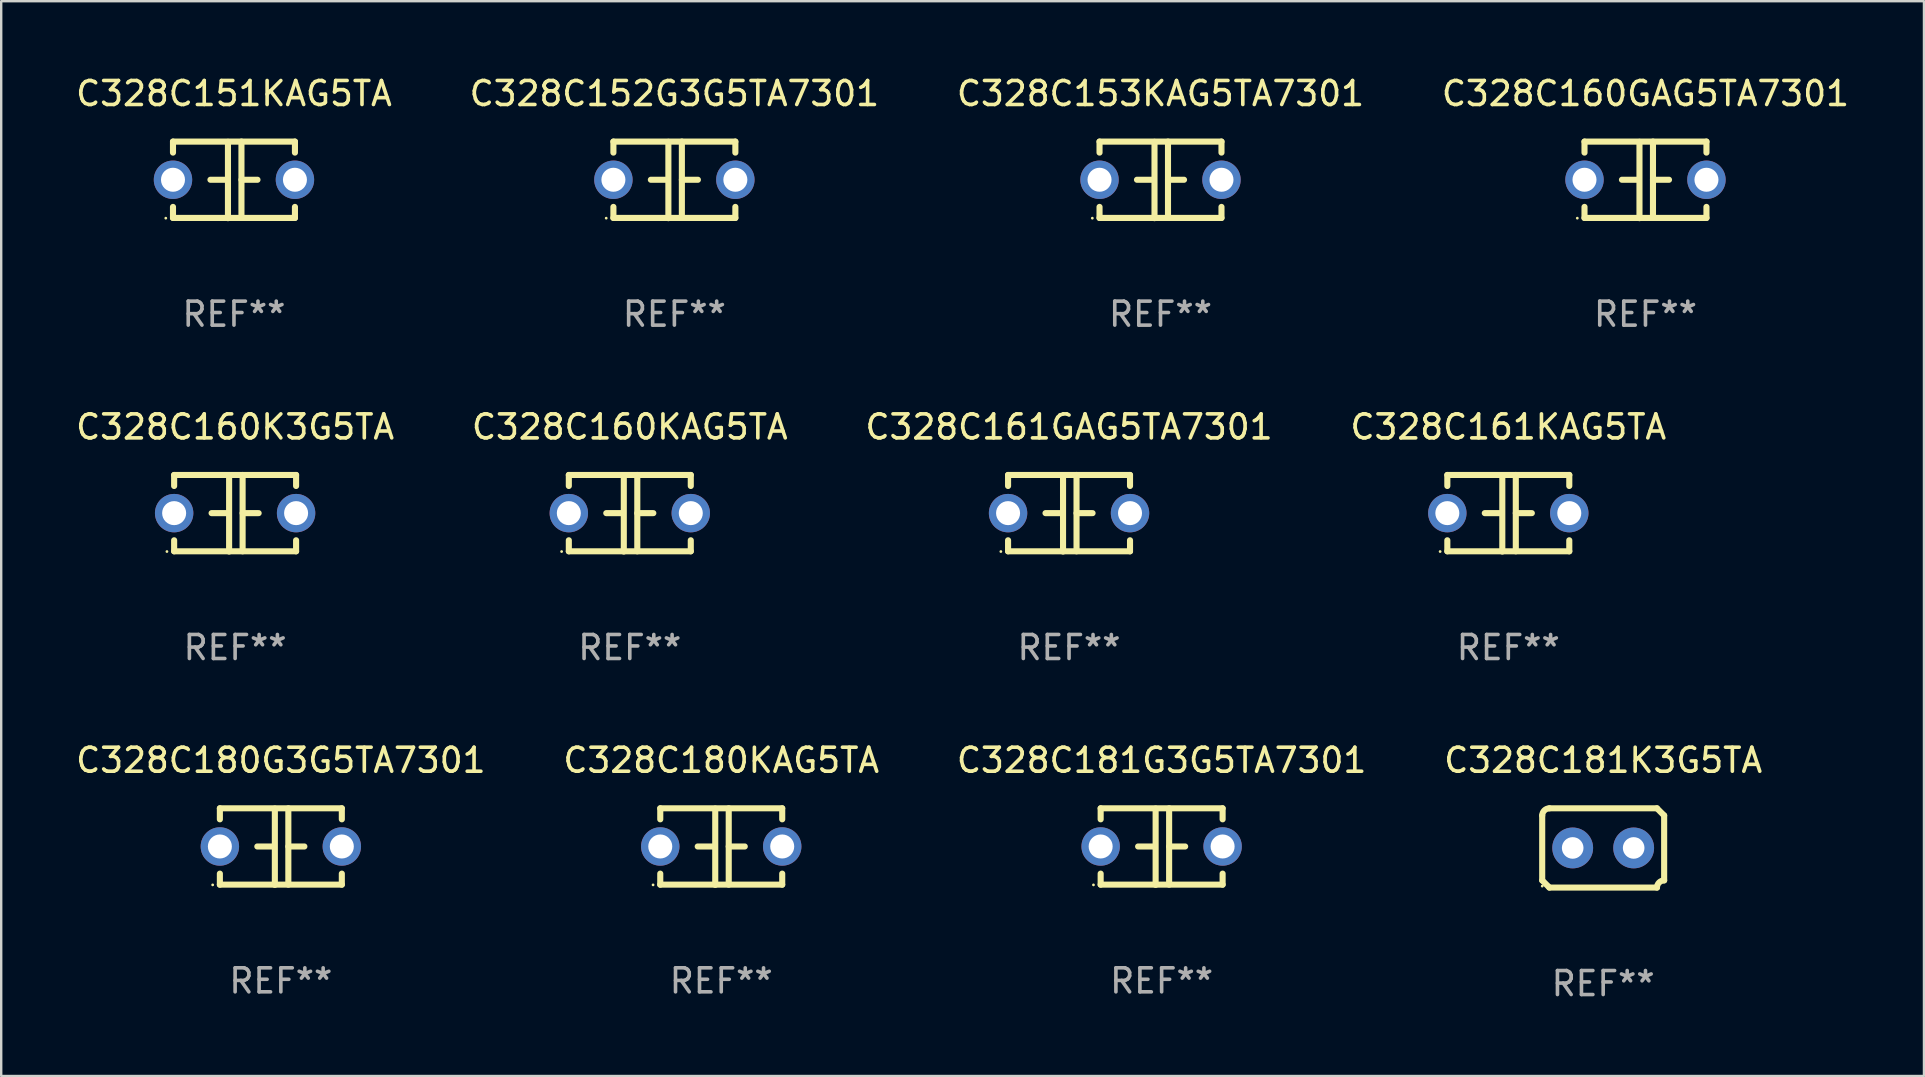
<source format=kicad_pcb>
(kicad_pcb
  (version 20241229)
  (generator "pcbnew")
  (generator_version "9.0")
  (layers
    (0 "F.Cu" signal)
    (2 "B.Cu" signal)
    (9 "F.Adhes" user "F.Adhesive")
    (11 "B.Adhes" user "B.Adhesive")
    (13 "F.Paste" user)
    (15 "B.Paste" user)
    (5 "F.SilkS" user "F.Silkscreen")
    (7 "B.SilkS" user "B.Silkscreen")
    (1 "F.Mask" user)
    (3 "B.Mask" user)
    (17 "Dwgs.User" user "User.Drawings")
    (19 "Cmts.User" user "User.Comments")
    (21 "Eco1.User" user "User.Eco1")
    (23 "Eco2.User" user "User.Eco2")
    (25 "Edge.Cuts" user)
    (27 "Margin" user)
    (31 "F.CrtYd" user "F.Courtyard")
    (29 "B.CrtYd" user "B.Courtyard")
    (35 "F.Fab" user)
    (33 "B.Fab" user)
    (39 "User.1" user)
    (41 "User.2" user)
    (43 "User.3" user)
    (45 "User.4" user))
  (footprint "C328C160KAG5TA"
    (layer "F.Cu")
    (at 23.185 18.33)
    (property "Reference" "C328C160KAG5TA" (at 0 -3.595 0) (layer "F.SilkS") (effects (font (size 1 1) (thickness 0.15))))
    (attr through_hole)
    (fp_line (start -2.54 -1.595) (end -2.54 -1.136) (stroke (width 0.254) (type solid)) (layer "F.SilkS"))
    (fp_line (start -2.54 -1.595) (end 2.54 -1.595) (stroke (width 0.254) (type solid)) (layer "F.SilkS"))
    (fp_line (start -2.54 1.126) (end -2.54 1.585) (stroke (width 0.254) (type solid)) (layer "F.SilkS"))
    (fp_line (start -0.312 -0.005) (end -0.98 -0.005) (stroke (width 0.254) (type solid)) (layer "F.SilkS"))
    (fp_line (start -0.25 -1.585) (end -0.25 1.595) (stroke (width 0.254) (type solid)) (layer "F.SilkS"))
    (fp_line (start 0.312 -1.595) (end 0.312 1.585) (stroke (width 0.254) (type solid)) (layer "F.SilkS"))
    (fp_line (start 0.312 -0.005) (end 0.98 -0.005) (stroke (width 0.254) (type solid)) (layer "F.SilkS"))
    (fp_line (start 2.54 -1.595) (end 2.54 -1.136) (stroke (width 0.254) (type solid)) (layer "F.SilkS"))
    (fp_line (start 2.54 1.126) (end 2.54 1.585) (stroke (width 0.254) (type solid)) (layer "F.SilkS"))
    (fp_line (start 2.54 1.585) (end -2.54 1.585) (stroke (width 0.254) (type solid)) (layer "F.SilkS"))
    (fp_circle (center -2.84 1.595) (end -2.81 1.595) (stroke (width 0.06) (type solid)) (fill no) (layer "F.SilkS"))
    (fp_text user "REF**" (at 0 5.595 0) (layer "F.Fab") (effects (font (size 1 1) (thickness 0.15))))
    (pad "1" thru_hole circle (at -2.54 -0.005) (size 1.6 1.6) (drill 1) (layers "*.Cu" "*.Mask"))
    (pad "2" thru_hole circle (at 2.54 -0.005) (size 1.6 1.6) (drill 1) (layers "*.Cu" "*.Mask")))
  (footprint "C328C180G3G5TA7301"
    (layer "F.Cu")
    (at 8.649 32.216)
    (property "Reference" "C328C180G3G5TA7301" (at 0 -3.595 0) (layer "F.SilkS") (effects (font (size 1 1) (thickness 0.15))))
    (attr through_hole)
    (fp_line (start -2.54 -1.595) (end -2.54 -1.136) (stroke (width 0.254) (type solid)) (layer "F.SilkS"))
    (fp_line (start -2.54 -1.595) (end 2.54 -1.595) (stroke (width 0.254) (type solid)) (layer "F.SilkS"))
    (fp_line (start -2.54 1.126) (end -2.54 1.585) (stroke (width 0.254) (type solid)) (layer "F.SilkS"))
    (fp_line (start -0.312 -0.005) (end -0.98 -0.005) (stroke (width 0.254) (type solid)) (layer "F.SilkS"))
    (fp_line (start -0.25 -1.585) (end -0.25 1.595) (stroke (width 0.254) (type solid)) (layer "F.SilkS"))
    (fp_line (start 0.312 -1.595) (end 0.312 1.585) (stroke (width 0.254) (type solid)) (layer "F.SilkS"))
    (fp_line (start 0.312 -0.005) (end 0.98 -0.005) (stroke (width 0.254) (type solid)) (layer "F.SilkS"))
    (fp_line (start 2.54 -1.595) (end 2.54 -1.136) (stroke (width 0.254) (type solid)) (layer "F.SilkS"))
    (fp_line (start 2.54 1.126) (end 2.54 1.585) (stroke (width 0.254) (type solid)) (layer "F.SilkS"))
    (fp_line (start 2.54 1.585) (end -2.54 1.585) (stroke (width 0.254) (type solid)) (layer "F.SilkS"))
    (fp_circle (center -2.84 1.595) (end -2.81 1.595) (stroke (width 0.06) (type solid)) (fill no) (layer "F.SilkS"))
    (fp_text user "REF**" (at 0 5.595 0) (layer "F.Fab") (effects (font (size 1 1) (thickness 0.15))))
    (pad "1" thru_hole circle (at -2.54 -0.005) (size 1.6 1.6) (drill 1) (layers "*.Cu" "*.Mask"))
    (pad "2" thru_hole circle (at 2.54 -0.005) (size 1.6 1.6) (drill 1) (layers "*.Cu" "*.Mask")))
  (footprint "C328C160GAG5TA7301"
    (layer "F.Cu")
    (at 65.494 4.443)
    (property "Reference" "C328C160GAG5TA7301" (at 0 -3.595 0) (layer "F.SilkS") (effects (font (size 1 1) (thickness 0.15))))
    (attr through_hole)
    (fp_line (start -2.54 -1.595) (end -2.54 -1.136) (stroke (width 0.254) (type solid)) (layer "F.SilkS"))
    (fp_line (start -2.54 -1.595) (end 2.54 -1.595) (stroke (width 0.254) (type solid)) (layer "F.SilkS"))
    (fp_line (start -2.54 1.126) (end -2.54 1.585) (stroke (width 0.254) (type solid)) (layer "F.SilkS"))
    (fp_line (start -0.312 -0.005) (end -0.98 -0.005) (stroke (width 0.254) (type solid)) (layer "F.SilkS"))
    (fp_line (start -0.25 -1.585) (end -0.25 1.595) (stroke (width 0.254) (type solid)) (layer "F.SilkS"))
    (fp_line (start 0.312 -1.595) (end 0.312 1.585) (stroke (width 0.254) (type solid)) (layer "F.SilkS"))
    (fp_line (start 0.312 -0.005) (end 0.98 -0.005) (stroke (width 0.254) (type solid)) (layer "F.SilkS"))
    (fp_line (start 2.54 -1.595) (end 2.54 -1.136) (stroke (width 0.254) (type solid)) (layer "F.SilkS"))
    (fp_line (start 2.54 1.126) (end 2.54 1.585) (stroke (width 0.254) (type solid)) (layer "F.SilkS"))
    (fp_line (start 2.54 1.585) (end -2.54 1.585) (stroke (width 0.254) (type solid)) (layer "F.SilkS"))
    (fp_circle (center -2.84 1.595) (end -2.81 1.595) (stroke (width 0.06) (type solid)) (fill no) (layer "F.SilkS"))
    (fp_text user "REF**" (at 0 5.595 0) (layer "F.Fab") (effects (font (size 1 1) (thickness 0.15))))
    (pad "1" thru_hole circle (at -2.54 -0.005) (size 1.6 1.6) (drill 1) (layers "*.Cu" "*.Mask"))
    (pad "2" thru_hole circle (at 2.54 -0.005) (size 1.6 1.6) (drill 1) (layers "*.Cu" "*.Mask")))
  (footprint "C328C180KAG5TA"
    (layer "F.Cu")
    (at 26.994 32.216)
    (property "Reference" "C328C180KAG5TA" (at 0 -3.595 0) (layer "F.SilkS") (effects (font (size 1 1) (thickness 0.15))))
    (attr through_hole)
    (fp_line (start -2.54 -1.595) (end -2.54 -1.136) (stroke (width 0.254) (type solid)) (layer "F.SilkS"))
    (fp_line (start -2.54 -1.595) (end 2.54 -1.595) (stroke (width 0.254) (type solid)) (layer "F.SilkS"))
    (fp_line (start -2.54 1.126) (end -2.54 1.585) (stroke (width 0.254) (type solid)) (layer "F.SilkS"))
    (fp_line (start -0.312 -0.005) (end -0.98 -0.005) (stroke (width 0.254) (type solid)) (layer "F.SilkS"))
    (fp_line (start -0.25 -1.585) (end -0.25 1.595) (stroke (width 0.254) (type solid)) (layer "F.SilkS"))
    (fp_line (start 0.312 -1.595) (end 0.312 1.585) (stroke (width 0.254) (type solid)) (layer "F.SilkS"))
    (fp_line (start 0.312 -0.005) (end 0.98 -0.005) (stroke (width 0.254) (type solid)) (layer "F.SilkS"))
    (fp_line (start 2.54 -1.595) (end 2.54 -1.136) (stroke (width 0.254) (type solid)) (layer "F.SilkS"))
    (fp_line (start 2.54 1.126) (end 2.54 1.585) (stroke (width 0.254) (type solid)) (layer "F.SilkS"))
    (fp_line (start 2.54 1.585) (end -2.54 1.585) (stroke (width 0.254) (type solid)) (layer "F.SilkS"))
    (fp_circle (center -2.84 1.595) (end -2.81 1.595) (stroke (width 0.06) (type solid)) (fill no) (layer "F.SilkS"))
    (fp_text user "REF**" (at 0 5.595 0) (layer "F.Fab") (effects (font (size 1 1) (thickness 0.15))))
    (pad "1" thru_hole circle (at -2.54 -0.005) (size 1.6 1.6) (drill 1) (layers "*.Cu" "*.Mask"))
    (pad "2" thru_hole circle (at 2.54 -0.005) (size 1.6 1.6) (drill 1) (layers "*.Cu" "*.Mask")))
  (footprint "C328C181G3G5TA7301"
    (layer "F.Cu")
    (at 45.339 32.216)
    (property "Reference" "C328C181G3G5TA7301" (at 0 -3.595 0) (layer "F.SilkS") (effects (font (size 1 1) (thickness 0.15))))
    (attr through_hole)
    (fp_line (start -2.54 -1.595) (end -2.54 -1.136) (stroke (width 0.254) (type solid)) (layer "F.SilkS"))
    (fp_line (start -2.54 -1.595) (end 2.54 -1.595) (stroke (width 0.254) (type solid)) (layer "F.SilkS"))
    (fp_line (start -2.54 1.126) (end -2.54 1.585) (stroke (width 0.254) (type solid)) (layer "F.SilkS"))
    (fp_line (start -0.312 -0.005) (end -0.98 -0.005) (stroke (width 0.254) (type solid)) (layer "F.SilkS"))
    (fp_line (start -0.25 -1.585) (end -0.25 1.595) (stroke (width 0.254) (type solid)) (layer "F.SilkS"))
    (fp_line (start 0.312 -1.595) (end 0.312 1.585) (stroke (width 0.254) (type solid)) (layer "F.SilkS"))
    (fp_line (start 0.312 -0.005) (end 0.98 -0.005) (stroke (width 0.254) (type solid)) (layer "F.SilkS"))
    (fp_line (start 2.54 -1.595) (end 2.54 -1.136) (stroke (width 0.254) (type solid)) (layer "F.SilkS"))
    (fp_line (start 2.54 1.126) (end 2.54 1.585) (stroke (width 0.254) (type solid)) (layer "F.SilkS"))
    (fp_line (start 2.54 1.585) (end -2.54 1.585) (stroke (width 0.254) (type solid)) (layer "F.SilkS"))
    (fp_circle (center -2.84 1.595) (end -2.81 1.595) (stroke (width 0.06) (type solid)) (fill no) (layer "F.SilkS"))
    (fp_text user "REF**" (at 0 5.595 0) (layer "F.Fab") (effects (font (size 1 1) (thickness 0.15))))
    (pad "1" thru_hole circle (at -2.54 -0.005) (size 1.6 1.6) (drill 1) (layers "*.Cu" "*.Mask"))
    (pad "2" thru_hole circle (at 2.54 -0.005) (size 1.6 1.6) (drill 1) (layers "*.Cu" "*.Mask")))
  (footprint "C328C160K3G5TA"
    (layer "F.Cu")
    (at 6.744 18.33)
    (property "Reference" "C328C160K3G5TA" (at 0 -3.595 0) (layer "F.SilkS") (effects (font (size 1 1) (thickness 0.15))))
    (attr through_hole)
    (fp_line (start -2.54 -1.595) (end -2.54 -1.136) (stroke (width 0.254) (type solid)) (layer "F.SilkS"))
    (fp_line (start -2.54 -1.595) (end 2.54 -1.595) (stroke (width 0.254) (type solid)) (layer "F.SilkS"))
    (fp_line (start -2.54 1.126) (end -2.54 1.585) (stroke (width 0.254) (type solid)) (layer "F.SilkS"))
    (fp_line (start -0.312 -0.005) (end -0.98 -0.005) (stroke (width 0.254) (type solid)) (layer "F.SilkS"))
    (fp_line (start -0.25 -1.585) (end -0.25 1.595) (stroke (width 0.254) (type solid)) (layer "F.SilkS"))
    (fp_line (start 0.312 -1.595) (end 0.312 1.585) (stroke (width 0.254) (type solid)) (layer "F.SilkS"))
    (fp_line (start 0.312 -0.005) (end 0.98 -0.005) (stroke (width 0.254) (type solid)) (layer "F.SilkS"))
    (fp_line (start 2.54 -1.595) (end 2.54 -1.136) (stroke (width 0.254) (type solid)) (layer "F.SilkS"))
    (fp_line (start 2.54 1.126) (end 2.54 1.585) (stroke (width 0.254) (type solid)) (layer "F.SilkS"))
    (fp_line (start 2.54 1.585) (end -2.54 1.585) (stroke (width 0.254) (type solid)) (layer "F.SilkS"))
    (fp_circle (center -2.84 1.595) (end -2.81 1.595) (stroke (width 0.06) (type solid)) (fill no) (layer "F.SilkS"))
    (fp_text user "REF**" (at 0 5.595 0) (layer "F.Fab") (effects (font (size 1 1) (thickness 0.15))))
    (pad "1" thru_hole circle (at -2.54 -0.005) (size 1.6 1.6) (drill 1) (layers "*.Cu" "*.Mask"))
    (pad "2" thru_hole circle (at 2.54 -0.005) (size 1.6 1.6) (drill 1) (layers "*.Cu" "*.Mask")))
  (footprint "C328C152G3G5TA7301"
    (layer "F.Cu")
    (at 25.042 4.443)
    (property "Reference" "C328C152G3G5TA7301" (at 0 -3.595 0) (layer "F.SilkS") (effects (font (size 1 1) (thickness 0.15))))
    (attr through_hole)
    (fp_line (start -2.54 -1.595) (end -2.54 -1.136) (stroke (width 0.254) (type solid)) (layer "F.SilkS"))
    (fp_line (start -2.54 -1.595) (end 2.54 -1.595) (stroke (width 0.254) (type solid)) (layer "F.SilkS"))
    (fp_line (start -2.54 1.126) (end -2.54 1.585) (stroke (width 0.254) (type solid)) (layer "F.SilkS"))
    (fp_line (start -0.312 -0.005) (end -0.98 -0.005) (stroke (width 0.254) (type solid)) (layer "F.SilkS"))
    (fp_line (start -0.25 -1.585) (end -0.25 1.595) (stroke (width 0.254) (type solid)) (layer "F.SilkS"))
    (fp_line (start 0.312 -1.595) (end 0.312 1.585) (stroke (width 0.254) (type solid)) (layer "F.SilkS"))
    (fp_line (start 0.312 -0.005) (end 0.98 -0.005) (stroke (width 0.254) (type solid)) (layer "F.SilkS"))
    (fp_line (start 2.54 -1.595) (end 2.54 -1.136) (stroke (width 0.254) (type solid)) (layer "F.SilkS"))
    (fp_line (start 2.54 1.126) (end 2.54 1.585) (stroke (width 0.254) (type solid)) (layer "F.SilkS"))
    (fp_line (start 2.54 1.585) (end -2.54 1.585) (stroke (width 0.254) (type solid)) (layer "F.SilkS"))
    (fp_circle (center -2.84 1.595) (end -2.81 1.595) (stroke (width 0.06) (type solid)) (fill no) (layer "F.SilkS"))
    (fp_text user "REF**" (at 0 5.595 0) (layer "F.Fab") (effects (font (size 1 1) (thickness 0.15))))
    (pad "1" thru_hole circle (at -2.54 -0.005) (size 1.6 1.6) (drill 1) (layers "*.Cu" "*.Mask"))
    (pad "2" thru_hole circle (at 2.54 -0.005) (size 1.6 1.6) (drill 1) (layers "*.Cu" "*.Mask")))
  (footprint "C328C151KAG5TA"
    (layer "F.Cu")
    (at 6.696 4.443)
    (property "Reference" "C328C151KAG5TA" (at 0 -3.595 0) (layer "F.SilkS") (effects (font (size 1 1) (thickness 0.15))))
    (attr through_hole)
    (fp_line (start -2.54 -1.595) (end -2.54 -1.136) (stroke (width 0.254) (type solid)) (layer "F.SilkS"))
    (fp_line (start -2.54 -1.595) (end 2.54 -1.595) (stroke (width 0.254) (type solid)) (layer "F.SilkS"))
    (fp_line (start -2.54 1.126) (end -2.54 1.585) (stroke (width 0.254) (type solid)) (layer "F.SilkS"))
    (fp_line (start -0.312 -0.005) (end -0.98 -0.005) (stroke (width 0.254) (type solid)) (layer "F.SilkS"))
    (fp_line (start -0.25 -1.585) (end -0.25 1.595) (stroke (width 0.254) (type solid)) (layer "F.SilkS"))
    (fp_line (start 0.312 -1.595) (end 0.312 1.585) (stroke (width 0.254) (type solid)) (layer "F.SilkS"))
    (fp_line (start 0.312 -0.005) (end 0.98 -0.005) (stroke (width 0.254) (type solid)) (layer "F.SilkS"))
    (fp_line (start 2.54 -1.595) (end 2.54 -1.136) (stroke (width 0.254) (type solid)) (layer "F.SilkS"))
    (fp_line (start 2.54 1.126) (end 2.54 1.585) (stroke (width 0.254) (type solid)) (layer "F.SilkS"))
    (fp_line (start 2.54 1.585) (end -2.54 1.585) (stroke (width 0.254) (type solid)) (layer "F.SilkS"))
    (fp_circle (center -2.84 1.595) (end -2.81 1.595) (stroke (width 0.06) (type solid)) (fill no) (layer "F.SilkS"))
    (fp_text user "REF**" (at 0 5.595 0) (layer "F.Fab") (effects (font (size 1 1) (thickness 0.15))))
    (pad "1" thru_hole circle (at -2.54 -0.005) (size 1.6 1.6) (drill 1) (layers "*.Cu" "*.Mask"))
    (pad "2" thru_hole circle (at 2.54 -0.005) (size 1.6 1.6) (drill 1) (layers "*.Cu" "*.Mask")))
  (footprint "C328C153KAG5TA7301"
    (layer "F.Cu")
    (at 45.292 4.443)
    (property "Reference" "C328C153KAG5TA7301" (at 0 -3.595 0) (layer "F.SilkS") (effects (font (size 1 1) (thickness 0.15))))
    (attr through_hole)
    (fp_line (start -2.54 -1.595) (end -2.54 -1.136) (stroke (width 0.254) (type solid)) (layer "F.SilkS"))
    (fp_line (start -2.54 -1.595) (end 2.54 -1.595) (stroke (width 0.254) (type solid)) (layer "F.SilkS"))
    (fp_line (start -2.54 1.126) (end -2.54 1.585) (stroke (width 0.254) (type solid)) (layer "F.SilkS"))
    (fp_line (start -0.312 -0.005) (end -0.98 -0.005) (stroke (width 0.254) (type solid)) (layer "F.SilkS"))
    (fp_line (start -0.25 -1.585) (end -0.25 1.595) (stroke (width 0.254) (type solid)) (layer "F.SilkS"))
    (fp_line (start 0.312 -1.595) (end 0.312 1.585) (stroke (width 0.254) (type solid)) (layer "F.SilkS"))
    (fp_line (start 0.312 -0.005) (end 0.98 -0.005) (stroke (width 0.254) (type solid)) (layer "F.SilkS"))
    (fp_line (start 2.54 -1.595) (end 2.54 -1.136) (stroke (width 0.254) (type solid)) (layer "F.SilkS"))
    (fp_line (start 2.54 1.126) (end 2.54 1.585) (stroke (width 0.254) (type solid)) (layer "F.SilkS"))
    (fp_line (start 2.54 1.585) (end -2.54 1.585) (stroke (width 0.254) (type solid)) (layer "F.SilkS"))
    (fp_circle (center -2.84 1.595) (end -2.81 1.595) (stroke (width 0.06) (type solid)) (fill no) (layer "F.SilkS"))
    (fp_text user "REF**" (at 0 5.595 0) (layer "F.Fab") (effects (font (size 1 1) (thickness 0.15))))
    (pad "1" thru_hole circle (at -2.54 -0.005) (size 1.6 1.6) (drill 1) (layers "*.Cu" "*.Mask"))
    (pad "2" thru_hole circle (at 2.54 -0.005) (size 1.6 1.6) (drill 1) (layers "*.Cu" "*.Mask")))
  (footprint "C328C161KAG5TA"
    (layer "F.Cu")
    (at 59.78 18.33)
    (property "Reference" "C328C161KAG5TA" (at 0 -3.595 0) (layer "F.SilkS") (effects (font (size 1 1) (thickness 0.15))))
    (attr through_hole)
    (fp_line (start -2.54 -1.595) (end -2.54 -1.136) (stroke (width 0.254) (type solid)) (layer "F.SilkS"))
    (fp_line (start -2.54 -1.595) (end 2.54 -1.595) (stroke (width 0.254) (type solid)) (layer "F.SilkS"))
    (fp_line (start -2.54 1.126) (end -2.54 1.585) (stroke (width 0.254) (type solid)) (layer "F.SilkS"))
    (fp_line (start -0.312 -0.005) (end -0.98 -0.005) (stroke (width 0.254) (type solid)) (layer "F.SilkS"))
    (fp_line (start -0.25 -1.585) (end -0.25 1.595) (stroke (width 0.254) (type solid)) (layer "F.SilkS"))
    (fp_line (start 0.312 -1.595) (end 0.312 1.585) (stroke (width 0.254) (type solid)) (layer "F.SilkS"))
    (fp_line (start 0.312 -0.005) (end 0.98 -0.005) (stroke (width 0.254) (type solid)) (layer "F.SilkS"))
    (fp_line (start 2.54 -1.595) (end 2.54 -1.136) (stroke (width 0.254) (type solid)) (layer "F.SilkS"))
    (fp_line (start 2.54 1.126) (end 2.54 1.585) (stroke (width 0.254) (type solid)) (layer "F.SilkS"))
    (fp_line (start 2.54 1.585) (end -2.54 1.585) (stroke (width 0.254) (type solid)) (layer "F.SilkS"))
    (fp_circle (center -2.84 1.595) (end -2.81 1.595) (stroke (width 0.06) (type solid)) (fill no) (layer "F.SilkS"))
    (fp_text user "REF**" (at 0 5.595 0) (layer "F.Fab") (effects (font (size 1 1) (thickness 0.15))))
    (pad "1" thru_hole circle (at -2.54 -0.005) (size 1.6 1.6) (drill 1) (layers "*.Cu" "*.Mask"))
    (pad "2" thru_hole circle (at 2.54 -0.005) (size 1.6 1.6) (drill 1) (layers "*.Cu" "*.Mask")))
  (footprint "C328C161GAG5TA7301"
    (layer "F.Cu")
    (at 41.482 18.33)
    (property "Reference" "C328C161GAG5TA7301" (at 0 -3.595 0) (layer "F.SilkS") (effects (font (size 1 1) (thickness 0.15))))
    (attr through_hole)
    (fp_line (start -2.54 -1.595) (end -2.54 -1.136) (stroke (width 0.254) (type solid)) (layer "F.SilkS"))
    (fp_line (start -2.54 -1.595) (end 2.54 -1.595) (stroke (width 0.254) (type solid)) (layer "F.SilkS"))
    (fp_line (start -2.54 1.126) (end -2.54 1.585) (stroke (width 0.254) (type solid)) (layer "F.SilkS"))
    (fp_line (start -0.312 -0.005) (end -0.98 -0.005) (stroke (width 0.254) (type solid)) (layer "F.SilkS"))
    (fp_line (start -0.25 -1.585) (end -0.25 1.595) (stroke (width 0.254) (type solid)) (layer "F.SilkS"))
    (fp_line (start 0.312 -1.595) (end 0.312 1.585) (stroke (width 0.254) (type solid)) (layer "F.SilkS"))
    (fp_line (start 0.312 -0.005) (end 0.98 -0.005) (stroke (width 0.254) (type solid)) (layer "F.SilkS"))
    (fp_line (start 2.54 -1.595) (end 2.54 -1.136) (stroke (width 0.254) (type solid)) (layer "F.SilkS"))
    (fp_line (start 2.54 1.126) (end 2.54 1.585) (stroke (width 0.254) (type solid)) (layer "F.SilkS"))
    (fp_line (start 2.54 1.585) (end -2.54 1.585) (stroke (width 0.254) (type solid)) (layer "F.SilkS"))
    (fp_circle (center -2.84 1.595) (end -2.81 1.595) (stroke (width 0.06) (type solid)) (fill no) (layer "F.SilkS"))
    (fp_text user "REF**" (at 0 5.595 0) (layer "F.Fab") (effects (font (size 1 1) (thickness 0.15))))
    (pad "1" thru_hole circle (at -2.54 -0.005) (size 1.6 1.6) (drill 1) (layers "*.Cu" "*.Mask"))
    (pad "2" thru_hole circle (at 2.54 -0.005) (size 1.6 1.6) (drill 1) (layers "*.Cu" "*.Mask")))
  (footprint "C328C181K3G5TA"
    (layer "F.Cu")
    (at 63.732 32.272)
    (property "Reference" "C328C181K3G5TA" (at 0 -3.651 0) (layer "F.SilkS") (effects (font (size 1 1) (thickness 0.15))))
    (attr through_hole)
    (fp_line (start -2.54 -1.351) (end -2.54 1.351) (stroke (width 0.254) (type solid)) (layer "F.SilkS"))
    (fp_line (start -2.24 -1.651) (end 2.24 -1.651) (stroke (width 0.254) (type solid)) (layer "F.SilkS"))
    (fp_line (start 2.24 1.651) (end -2.24 1.651) (stroke (width 0.254) (type solid)) (layer "F.SilkS"))
    (fp_line (start 2.54 1.351) (end 2.54 -1.351) (stroke (width 0.254) (type solid)) (layer "F.SilkS"))
    (fp_arc (start -2.540005 -1.351283) (mid -2.450115 -1.561309) (end -2.240005 -1.651003) (stroke (width 0.254001) (type solid)) (layer "F.SilkS"))
    (fp_arc (start -2.240287 1.651001) (mid -2.390163 1.501019) (end -2.540005 1.351003) (stroke (width 0.254001) (type solid)) (layer "F.SilkS"))
    (fp_arc (start 2.240005 1.651003) (mid 2.329934 1.441015) (end 2.540005 1.351282) (stroke (width 0.254001) (type solid)) (layer "F.SilkS"))
    (fp_arc (start 2.540005 -1.351003) (mid 2.389393 -1.500252) (end 2.240284 -1.651003) (stroke (width 0.254001) (type solid)) (layer "F.SilkS"))
    (fp_circle (center -2.54 1.59) (end -2.51 1.59) (stroke (width 0.06) (type solid)) (fill no) (layer "F.SilkS"))
    (fp_text user "REF**" (at 0 5.651 0) (layer "F.Fab") (effects (font (size 1 1) (thickness 0.15))))
    (pad "1" thru_hole circle (at -1.27 0) (size 1.7 1.7) (drill 0.9) (layers "*.Cu" "*.Mask"))
    (pad "2" thru_hole circle (at 1.27 0) (size 1.7 1.7) (drill 0.9) (layers "*.Cu" "*.Mask")))
  (gr_rect
    (start -3 -3)
    (end 77.095 41.771)
    (stroke (width 0.1) (type default))
    (fill no)
    (layer "Edge.Cuts")))
</source>
